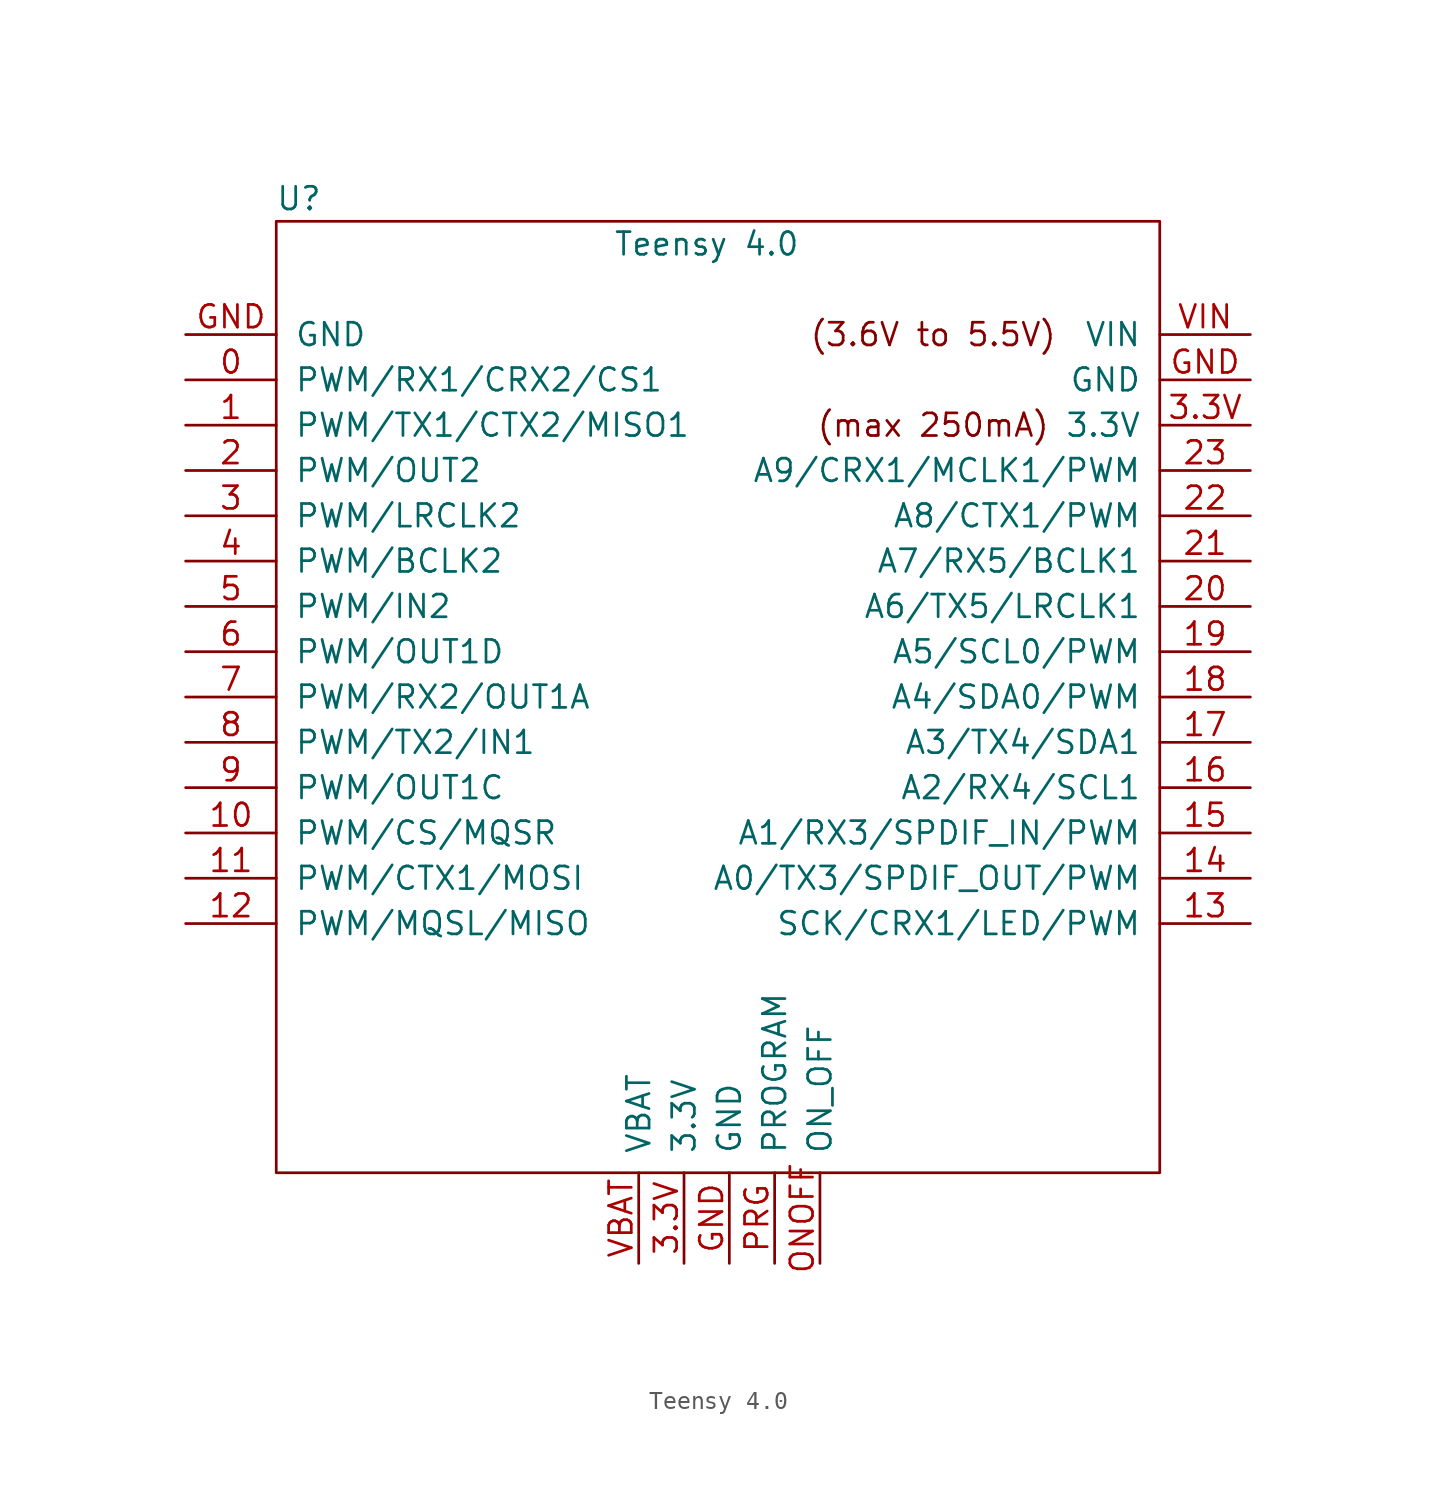
<source format=kicad_sym>
(kicad_symbol_lib
  (version 20211014)
  (generator kicad_symbol_editor)
  (symbol "Teensy 4.0"
    (pin_names
      (offset 1.016))
    (property "Reference" "U"
      (at -24.13 25.4 0)
      (effects (font (size 1.27 1.27))))
    (property "Value" "Teensy 4.0"
      (at -1.27 22.86 0)
      (effects (font (size 1.27 1.27))))
    (symbol "Teensy 4.0_0_0"
      (rectangle (start -25.4 24.13) (end 24.13 -29.21) (stroke (width 0) (type default) (color 0 0 0 0)) (fill (type none)))
      (text "(3.6V to 5.5V)" (at 11.43 17.78 0) (effects (font (size 1.27 1.27))))
      (text "(max 250mA)" (at 11.43 12.7 0) (effects (font (size 1.27 1.27))))
      (pin bidirectional line (at -30.48 -10.16 0) (length 5.08) (name "PWM/CS/MQSR" (effects (font (size 1.27 1.27)))) (number "10" (effects (font (size 1.27 1.27)))))
      (pin bidirectional line (at -30.48 -12.7 0) (length 5.08) (name "PWM/CTX1/MOSI" (effects (font (size 1.27 1.27)))) (number "11" (effects (font (size 1.27 1.27)))))
      (pin bidirectional line (at -30.48 -15.24 0) (length 5.08) (name "PWM/MQSL/MISO" (effects (font (size 1.27 1.27)))) (number "12" (effects (font (size 1.27 1.27)))))
      (pin bidirectional line (at 29.21 -15.24 180) (length 5.08) (name "SCK/CRX1/LED/PWM" (effects (font (size 1.27 1.27)))) (number "13" (effects (font (size 1.27 1.27)))))
      (pin bidirectional line (at 29.21 -12.7 180) (length 5.08) (name "A0/TX3/SPDIF_OUT/PWM" (effects (font (size 1.27 1.27)))) (number "14" (effects (font (size 1.27 1.27)))))
      (pin bidirectional line (at 29.21 -10.16 180) (length 5.08) (name "A1/RX3/SPDIF_IN/PWM" (effects (font (size 1.27 1.27)))) (number "15" (effects (font (size 1.27 1.27)))))
      (pin bidirectional line (at 29.21 -7.62 180) (length 5.08) (name "A2/RX4/SCL1" (effects (font (size 1.27 1.27)))) (number "16" (effects (font (size 1.27 1.27)))))
      (pin bidirectional line (at 29.21 -5.08 180) (length 5.08) (name "A3/TX4/SDA1" (effects (font (size 1.27 1.27)))) (number "17" (effects (font (size 1.27 1.27)))))
      (pin bidirectional line (at 29.21 -2.54 180) (length 5.08) (name "A4/SDA0/PWM" (effects (font (size 1.27 1.27)))) (number "18" (effects (font (size 1.27 1.27)))))
      (pin bidirectional line (at 29.21 0 180) (length 5.08) (name "A5/SCL0/PWM" (effects (font (size 1.27 1.27)))) (number "19" (effects (font (size 1.27 1.27)))))
      (pin bidirectional line (at 29.21 2.54 180) (length 5.08) (name "A6/TX5/LRCLK1" (effects (font (size 1.27 1.27)))) (number "20" (effects (font (size 1.27 1.27)))))
      (pin bidirectional line (at 29.21 5.08 180) (length 5.08) (name "A7/RX5/BCLK1" (effects (font (size 1.27 1.27)))) (number "21" (effects (font (size 1.27 1.27)))))
      (pin bidirectional line (at 29.21 7.62 180) (length 5.08) (name "A8/CTX1/PWM" (effects (font (size 1.27 1.27)))) (number "22" (effects (font (size 1.27 1.27)))))
      (pin bidirectional line (at 29.21 10.16 180) (length 5.08) (name "A9/CRX1/MCLK1/PWM" (effects (font (size 1.27 1.27)))) (number "23" (effects (font (size 1.27 1.27)))))
      (pin bidirectional line (at -30.48 7.62 0) (length 5.08) (name "PWM/LRCLK2" (effects (font (size 1.27 1.27)))) (number "3" (effects (font (size 1.27 1.27)))))
      (pin power_in line (at -2.54 -34.29 90) (length 5.08) (name "3.3V" (effects (font (size 1.27 1.27)))) (number "3.3V" (effects (font (size 1.27 1.27)))))
      (pin power_out line (at 29.21 12.7 180) (length 5.08) (name "3.3V" (effects (font (size 1.27 1.27)))) (number "3.3V" (effects (font (size 1.27 1.27)))))
      (pin bidirectional line (at -30.48 5.08 0) (length 5.08) (name "PWM/BCLK2" (effects (font (size 1.27 1.27)))) (number "4" (effects (font (size 1.27 1.27)))))
      (pin bidirectional line (at -30.48 2.54 0) (length 5.08) (name "PWM/IN2" (effects (font (size 1.27 1.27)))) (number "5" (effects (font (size 1.27 1.27)))))
      (pin bidirectional line (at -30.48 0 0) (length 5.08) (name "PWM/OUT1D" (effects (font (size 1.27 1.27)))) (number "6" (effects (font (size 1.27 1.27)))))
      (pin bidirectional line (at -30.48 -2.54 0) (length 5.08) (name "PWM/RX2/OUT1A" (effects (font (size 1.27 1.27)))) (number "7" (effects (font (size 1.27 1.27)))))
      (pin bidirectional line (at -30.48 -5.08 0) (length 5.08) (name "PWM/TX2/IN1" (effects (font (size 1.27 1.27)))) (number "8" (effects (font (size 1.27 1.27)))))
      (pin bidirectional line (at -30.48 -7.62 0) (length 5.08) (name "PWM/OUT1C" (effects (font (size 1.27 1.27)))) (number "9" (effects (font (size 1.27 1.27)))))
      (pin power_in line (at 0 -34.29 90) (length 5.08) (name "GND" (effects (font (size 1.27 1.27)))) (number "GND" (effects (font (size 1.27 1.27)))))
      (pin power_in line (at 29.21 15.24 180) (length 5.08) (name "GND" (effects (font (size 1.27 1.27)))) (number "GND" (effects (font (size 1.27 1.27)))))
      (pin input line (at 5.08 -34.29 90) (length 5.08) (name "ON_OFF" (effects (font (size 1.27 1.27)))) (number "ONOFF" (effects (font (size 1.27 1.27)))))
      (pin input line (at 2.54 -34.29 90) (length 5.08) (name "PROGRAM" (effects (font (size 1.27 1.27)))) (number "PRG" (effects (font (size 1.27 1.27)))))
      (pin power_in line (at -5.08 -34.29 90) (length 5.08) (name "VBAT" (effects (font (size 1.27 1.27)))) (number "VBAT" (effects (font (size 1.27 1.27)))))
      (pin power_in line (at 29.21 17.78 180) (length 5.08) (name "VIN" (effects (font (size 1.27 1.27)))) (number "VIN" (effects (font (size 1.27 1.27))))))
    (symbol "Teensy 4.0_1_1"
      (pin bidirectional line (at -30.48 15.24 0) (length 5.08) (name "PWM/RX1/CRX2/CS1" (effects (font (size 1.27 1.27)))) (number "0" (effects (font (size 1.27 1.27)))))
      (pin bidirectional line (at -30.48 12.7 0) (length 5.08) (name "PWM/TX1/CTX2/MISO1" (effects (font (size 1.27 1.27)))) (number "1" (effects (font (size 1.27 1.27)))))
      (pin bidirectional line (at -30.48 10.16 0) (length 5.08) (name "PWM/OUT2" (effects (font (size 1.27 1.27)))) (number "2" (effects (font (size 1.27 1.27)))))
      (pin power_in line (at -30.48 17.78 0) (length 5.08) (name "GND" (effects (font (size 1.27 1.27)))) (number "GND" (effects (font (size 1.27 1.27))))))))
</source>
